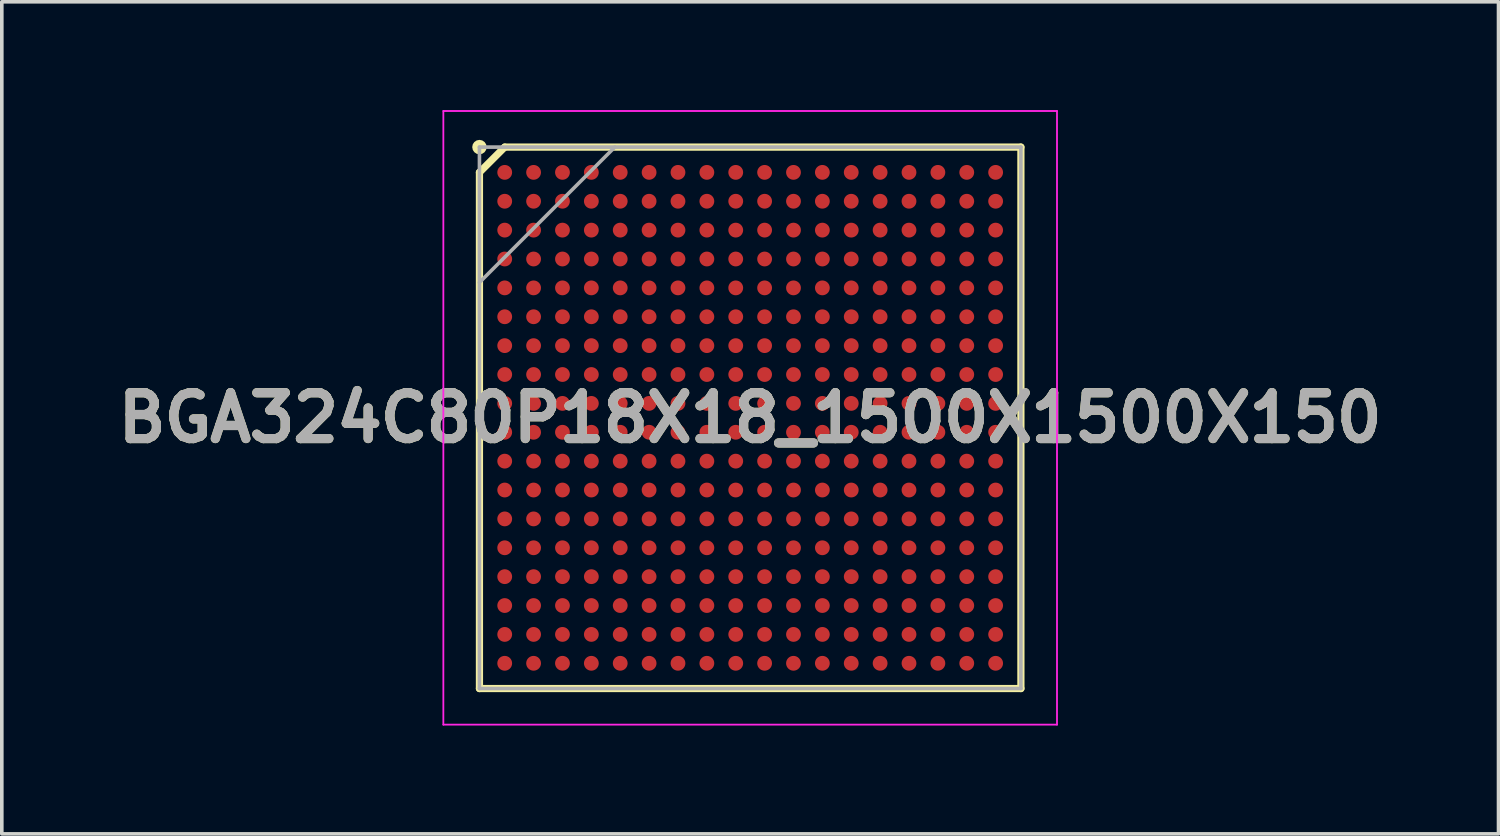
<source format=kicad_pcb>
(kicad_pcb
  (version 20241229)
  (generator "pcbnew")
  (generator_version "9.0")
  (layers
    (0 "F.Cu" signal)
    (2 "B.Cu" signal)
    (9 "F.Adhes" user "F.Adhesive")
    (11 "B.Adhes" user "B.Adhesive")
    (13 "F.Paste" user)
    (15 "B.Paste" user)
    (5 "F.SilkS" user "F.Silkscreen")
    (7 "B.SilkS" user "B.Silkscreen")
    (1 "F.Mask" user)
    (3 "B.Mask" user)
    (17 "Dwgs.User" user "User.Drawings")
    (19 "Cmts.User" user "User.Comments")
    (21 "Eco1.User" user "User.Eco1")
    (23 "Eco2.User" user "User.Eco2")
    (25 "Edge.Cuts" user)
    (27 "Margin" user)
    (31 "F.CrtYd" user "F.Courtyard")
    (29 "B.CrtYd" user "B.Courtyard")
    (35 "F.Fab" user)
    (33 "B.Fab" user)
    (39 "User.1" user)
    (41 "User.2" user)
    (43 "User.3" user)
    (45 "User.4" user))
  (footprint "BGA324C80P18X18_1500X1500X150"
    (layer "F.Cu")
    (at 17.732 8.525)
    (property "Reference" "BGA324C80P18X18_1500X1500X150" (at 0 0 0) (layer "F.SilkS") (effects (font (size 1.27 1.27) (thickness 0.254))))
    (attr smd)
    (fp_line (start -7.5 -6.8) (end -6.8 -7.5) (stroke (width 0.2) (type solid)) (layer "F.SilkS"))
    (fp_line (start -7.5 7.5) (end -7.5 -6.8) (stroke (width 0.2) (type solid)) (layer "F.SilkS"))
    (fp_line (start -6.8 -7.5) (end 7.5 -7.5) (stroke (width 0.2) (type solid)) (layer "F.SilkS"))
    (fp_line (start 7.5 -7.5) (end 7.5 7.5) (stroke (width 0.2) (type solid)) (layer "F.SilkS"))
    (fp_line (start 7.5 7.5) (end -7.5 7.5) (stroke (width 0.2) (type solid)) (layer "F.SilkS"))
    (fp_circle (center -7.5 -7.5) (end -7.5 -7.4) (stroke (width 0.2) (type solid)) (fill no) (layer "F.SilkS"))
    (fp_line (start -8.5 -8.5) (end 8.5 -8.5) (stroke (width 0.05) (type solid)) (layer "F.CrtYd"))
    (fp_line (start -8.5 8.5) (end -8.5 -8.5) (stroke (width 0.05) (type solid)) (layer "F.CrtYd"))
    (fp_line (start 8.5 -8.5) (end 8.5 8.5) (stroke (width 0.05) (type solid)) (layer "F.CrtYd"))
    (fp_line (start 8.5 8.5) (end -8.5 8.5) (stroke (width 0.05) (type solid)) (layer "F.CrtYd"))
    (fp_line (start -7.5 -7.5) (end 7.5 -7.5) (stroke (width 0.1) (type solid)) (layer "F.Fab"))
    (fp_line (start -7.5 -3.75) (end -3.75 -7.5) (stroke (width 0.1) (type solid)) (layer "F.Fab"))
    (fp_line (start -7.5 7.5) (end -7.5 -7.5) (stroke (width 0.1) (type solid)) (layer "F.Fab"))
    (fp_line (start 7.5 -7.5) (end 7.5 7.5) (stroke (width 0.1) (type solid)) (layer "F.Fab"))
    (fp_line (start 7.5 7.5) (end -7.5 7.5) (stroke (width 0.1) (type solid)) (layer "F.Fab"))
    (fp_text user "${REFERENCE}" (at 0 0 0) (layer "F.Fab") (effects (font (size 1.27 1.27) (thickness 0.254))))
    (pad "A1" smd circle (at -6.8 -6.8 90) (size 0.41 0.41) (layers "F.Cu" "F.Mask" "F.Paste"))
    (pad "A2" smd circle (at -6 -6.8 90) (size 0.41 0.41) (layers "F.Cu" "F.Mask" "F.Paste"))
    (pad "A3" smd circle (at -5.2 -6.8 90) (size 0.41 0.41) (layers "F.Cu" "F.Mask" "F.Paste"))
    (pad "A4" smd circle (at -4.4 -6.8 90) (size 0.41 0.41) (layers "F.Cu" "F.Mask" "F.Paste"))
    (pad "A5" smd circle (at -3.6 -6.8 90) (size 0.41 0.41) (layers "F.Cu" "F.Mask" "F.Paste"))
    (pad "A6" smd circle (at -2.8 -6.8 90) (size 0.41 0.41) (layers "F.Cu" "F.Mask" "F.Paste"))
    (pad "A7" smd circle (at -2 -6.8 90) (size 0.41 0.41) (layers "F.Cu" "F.Mask" "F.Paste"))
    (pad "A8" smd circle (at -1.2 -6.8 90) (size 0.41 0.41) (layers "F.Cu" "F.Mask" "F.Paste"))
    (pad "A9" smd circle (at -0.4 -6.8 90) (size 0.41 0.41) (layers "F.Cu" "F.Mask" "F.Paste"))
    (pad "A10" smd circle (at 0.4 -6.8 90) (size 0.41 0.41) (layers "F.Cu" "F.Mask" "F.Paste"))
    (pad "A11" smd circle (at 1.2 -6.8 90) (size 0.41 0.41) (layers "F.Cu" "F.Mask" "F.Paste"))
    (pad "A12" smd circle (at 2 -6.8 90) (size 0.41 0.41) (layers "F.Cu" "F.Mask" "F.Paste"))
    (pad "A13" smd circle (at 2.8 -6.8 90) (size 0.41 0.41) (layers "F.Cu" "F.Mask" "F.Paste"))
    (pad "A14" smd circle (at 3.6 -6.8 90) (size 0.41 0.41) (layers "F.Cu" "F.Mask" "F.Paste"))
    (pad "A15" smd circle (at 4.4 -6.8 90) (size 0.41 0.41) (layers "F.Cu" "F.Mask" "F.Paste"))
    (pad "A16" smd circle (at 5.2 -6.8 90) (size 0.41 0.41) (layers "F.Cu" "F.Mask" "F.Paste"))
    (pad "A17" smd circle (at 6 -6.8 90) (size 0.41 0.41) (layers "F.Cu" "F.Mask" "F.Paste"))
    (pad "A18" smd circle (at 6.8 -6.8 90) (size 0.41 0.41) (layers "F.Cu" "F.Mask" "F.Paste"))
    (pad "B1" smd circle (at -6.8 -6 90) (size 0.41 0.41) (layers "F.Cu" "F.Mask" "F.Paste"))
    (pad "B2" smd circle (at -6 -6 90) (size 0.41 0.41) (layers "F.Cu" "F.Mask" "F.Paste"))
    (pad "B3" smd circle (at -5.2 -6 90) (size 0.41 0.41) (layers "F.Cu" "F.Mask" "F.Paste"))
    (pad "B4" smd circle (at -4.4 -6 90) (size 0.41 0.41) (layers "F.Cu" "F.Mask" "F.Paste"))
    (pad "B5" smd circle (at -3.6 -6 90) (size 0.41 0.41) (layers "F.Cu" "F.Mask" "F.Paste"))
    (pad "B6" smd circle (at -2.8 -6 90) (size 0.41 0.41) (layers "F.Cu" "F.Mask" "F.Paste"))
    (pad "B7" smd circle (at -2 -6 90) (size 0.41 0.41) (layers "F.Cu" "F.Mask" "F.Paste"))
    (pad "B8" smd circle (at -1.2 -6 90) (size 0.41 0.41) (layers "F.Cu" "F.Mask" "F.Paste"))
    (pad "B9" smd circle (at -0.4 -6 90) (size 0.41 0.41) (layers "F.Cu" "F.Mask" "F.Paste"))
    (pad "B10" smd circle (at 0.4 -6 90) (size 0.41 0.41) (layers "F.Cu" "F.Mask" "F.Paste"))
    (pad "B11" smd circle (at 1.2 -6 90) (size 0.41 0.41) (layers "F.Cu" "F.Mask" "F.Paste"))
    (pad "B12" smd circle (at 2 -6 90) (size 0.41 0.41) (layers "F.Cu" "F.Mask" "F.Paste"))
    (pad "B13" smd circle (at 2.8 -6 90) (size 0.41 0.41) (layers "F.Cu" "F.Mask" "F.Paste"))
    (pad "B14" smd circle (at 3.6 -6 90) (size 0.41 0.41) (layers "F.Cu" "F.Mask" "F.Paste"))
    (pad "B15" smd circle (at 4.4 -6 90) (size 0.41 0.41) (layers "F.Cu" "F.Mask" "F.Paste"))
    (pad "B16" smd circle (at 5.2 -6 90) (size 0.41 0.41) (layers "F.Cu" "F.Mask" "F.Paste"))
    (pad "B17" smd circle (at 6 -6 90) (size 0.41 0.41) (layers "F.Cu" "F.Mask" "F.Paste"))
    (pad "B18" smd circle (at 6.8 -6 90) (size 0.41 0.41) (layers "F.Cu" "F.Mask" "F.Paste"))
    (pad "C1" smd circle (at -6.8 -5.2 90) (size 0.41 0.41) (layers "F.Cu" "F.Mask" "F.Paste"))
    (pad "C2" smd circle (at -6 -5.2 90) (size 0.41 0.41) (layers "F.Cu" "F.Mask" "F.Paste"))
    (pad "C3" smd circle (at -5.2 -5.2 90) (size 0.41 0.41) (layers "F.Cu" "F.Mask" "F.Paste"))
    (pad "C4" smd circle (at -4.4 -5.2 90) (size 0.41 0.41) (layers "F.Cu" "F.Mask" "F.Paste"))
    (pad "C5" smd circle (at -3.6 -5.2 90) (size 0.41 0.41) (layers "F.Cu" "F.Mask" "F.Paste"))
    (pad "C6" smd circle (at -2.8 -5.2 90) (size 0.41 0.41) (layers "F.Cu" "F.Mask" "F.Paste"))
    (pad "C7" smd circle (at -2 -5.2 90) (size 0.41 0.41) (layers "F.Cu" "F.Mask" "F.Paste"))
    (pad "C8" smd circle (at -1.2 -5.2 90) (size 0.41 0.41) (layers "F.Cu" "F.Mask" "F.Paste"))
    (pad "C9" smd circle (at -0.4 -5.2 90) (size 0.41 0.41) (layers "F.Cu" "F.Mask" "F.Paste"))
    (pad "C10" smd circle (at 0.4 -5.2 90) (size 0.41 0.41) (layers "F.Cu" "F.Mask" "F.Paste"))
    (pad "C11" smd circle (at 1.2 -5.2 90) (size 0.41 0.41) (layers "F.Cu" "F.Mask" "F.Paste"))
    (pad "C12" smd circle (at 2 -5.2 90) (size 0.41 0.41) (layers "F.Cu" "F.Mask" "F.Paste"))
    (pad "C13" smd circle (at 2.8 -5.2 90) (size 0.41 0.41) (layers "F.Cu" "F.Mask" "F.Paste"))
    (pad "C14" smd circle (at 3.6 -5.2 90) (size 0.41 0.41) (layers "F.Cu" "F.Mask" "F.Paste"))
    (pad "C15" smd circle (at 4.4 -5.2 90) (size 0.41 0.41) (layers "F.Cu" "F.Mask" "F.Paste"))
    (pad "C16" smd circle (at 5.2 -5.2 90) (size 0.41 0.41) (layers "F.Cu" "F.Mask" "F.Paste"))
    (pad "C17" smd circle (at 6 -5.2 90) (size 0.41 0.41) (layers "F.Cu" "F.Mask" "F.Paste"))
    (pad "C18" smd circle (at 6.8 -5.2 90) (size 0.41 0.41) (layers "F.Cu" "F.Mask" "F.Paste"))
    (pad "D1" smd circle (at -6.8 -4.4 90) (size 0.41 0.41) (layers "F.Cu" "F.Mask" "F.Paste"))
    (pad "D2" smd circle (at -6 -4.4 90) (size 0.41 0.41) (layers "F.Cu" "F.Mask" "F.Paste"))
    (pad "D3" smd circle (at -5.2 -4.4 90) (size 0.41 0.41) (layers "F.Cu" "F.Mask" "F.Paste"))
    (pad "D4" smd circle (at -4.4 -4.4 90) (size 0.41 0.41) (layers "F.Cu" "F.Mask" "F.Paste"))
    (pad "D5" smd circle (at -3.6 -4.4 90) (size 0.41 0.41) (layers "F.Cu" "F.Mask" "F.Paste"))
    (pad "D6" smd circle (at -2.8 -4.4 90) (size 0.41 0.41) (layers "F.Cu" "F.Mask" "F.Paste"))
    (pad "D7" smd circle (at -2 -4.4 90) (size 0.41 0.41) (layers "F.Cu" "F.Mask" "F.Paste"))
    (pad "D8" smd circle (at -1.2 -4.4 90) (size 0.41 0.41) (layers "F.Cu" "F.Mask" "F.Paste"))
    (pad "D9" smd circle (at -0.4 -4.4 90) (size 0.41 0.41) (layers "F.Cu" "F.Mask" "F.Paste"))
    (pad "D10" smd circle (at 0.4 -4.4 90) (size 0.41 0.41) (layers "F.Cu" "F.Mask" "F.Paste"))
    (pad "D11" smd circle (at 1.2 -4.4 90) (size 0.41 0.41) (layers "F.Cu" "F.Mask" "F.Paste"))
    (pad "D12" smd circle (at 2 -4.4 90) (size 0.41 0.41) (layers "F.Cu" "F.Mask" "F.Paste"))
    (pad "D13" smd circle (at 2.8 -4.4 90) (size 0.41 0.41) (layers "F.Cu" "F.Mask" "F.Paste"))
    (pad "D14" smd circle (at 3.6 -4.4 90) (size 0.41 0.41) (layers "F.Cu" "F.Mask" "F.Paste"))
    (pad "D15" smd circle (at 4.4 -4.4 90) (size 0.41 0.41) (layers "F.Cu" "F.Mask" "F.Paste"))
    (pad "D16" smd circle (at 5.2 -4.4 90) (size 0.41 0.41) (layers "F.Cu" "F.Mask" "F.Paste"))
    (pad "D17" smd circle (at 6 -4.4 90) (size 0.41 0.41) (layers "F.Cu" "F.Mask" "F.Paste"))
    (pad "D18" smd circle (at 6.8 -4.4 90) (size 0.41 0.41) (layers "F.Cu" "F.Mask" "F.Paste"))
    (pad "E1" smd circle (at -6.8 -3.6 90) (size 0.41 0.41) (layers "F.Cu" "F.Mask" "F.Paste"))
    (pad "E2" smd circle (at -6 -3.6 90) (size 0.41 0.41) (layers "F.Cu" "F.Mask" "F.Paste"))
    (pad "E3" smd circle (at -5.2 -3.6 90) (size 0.41 0.41) (layers "F.Cu" "F.Mask" "F.Paste"))
    (pad "E4" smd circle (at -4.4 -3.6 90) (size 0.41 0.41) (layers "F.Cu" "F.Mask" "F.Paste"))
    (pad "E5" smd circle (at -3.6 -3.6 90) (size 0.41 0.41) (layers "F.Cu" "F.Mask" "F.Paste"))
    (pad "E6" smd circle (at -2.8 -3.6 90) (size 0.41 0.41) (layers "F.Cu" "F.Mask" "F.Paste"))
    (pad "E7" smd circle (at -2 -3.6 90) (size 0.41 0.41) (layers "F.Cu" "F.Mask" "F.Paste"))
    (pad "E8" smd circle (at -1.2 -3.6 90) (size 0.41 0.41) (layers "F.Cu" "F.Mask" "F.Paste"))
    (pad "E9" smd circle (at -0.4 -3.6 90) (size 0.41 0.41) (layers "F.Cu" "F.Mask" "F.Paste"))
    (pad "E10" smd circle (at 0.4 -3.6 90) (size 0.41 0.41) (layers "F.Cu" "F.Mask" "F.Paste"))
    (pad "E11" smd circle (at 1.2 -3.6 90) (size 0.41 0.41) (layers "F.Cu" "F.Mask" "F.Paste"))
    (pad "E12" smd circle (at 2 -3.6 90) (size 0.41 0.41) (layers "F.Cu" "F.Mask" "F.Paste"))
    (pad "E13" smd circle (at 2.8 -3.6 90) (size 0.41 0.41) (layers "F.Cu" "F.Mask" "F.Paste"))
    (pad "E14" smd circle (at 3.6 -3.6 90) (size 0.41 0.41) (layers "F.Cu" "F.Mask" "F.Paste"))
    (pad "E15" smd circle (at 4.4 -3.6 90) (size 0.41 0.41) (layers "F.Cu" "F.Mask" "F.Paste"))
    (pad "E16" smd circle (at 5.2 -3.6 90) (size 0.41 0.41) (layers "F.Cu" "F.Mask" "F.Paste"))
    (pad "E17" smd circle (at 6 -3.6 90) (size 0.41 0.41) (layers "F.Cu" "F.Mask" "F.Paste"))
    (pad "E18" smd circle (at 6.8 -3.6 90) (size 0.41 0.41) (layers "F.Cu" "F.Mask" "F.Paste"))
    (pad "F1" smd circle (at -6.8 -2.8 90) (size 0.41 0.41) (layers "F.Cu" "F.Mask" "F.Paste"))
    (pad "F2" smd circle (at -6 -2.8 90) (size 0.41 0.41) (layers "F.Cu" "F.Mask" "F.Paste"))
    (pad "F3" smd circle (at -5.2 -2.8 90) (size 0.41 0.41) (layers "F.Cu" "F.Mask" "F.Paste"))
    (pad "F4" smd circle (at -4.4 -2.8 90) (size 0.41 0.41) (layers "F.Cu" "F.Mask" "F.Paste"))
    (pad "F5" smd circle (at -3.6 -2.8 90) (size 0.41 0.41) (layers "F.Cu" "F.Mask" "F.Paste"))
    (pad "F6" smd circle (at -2.8 -2.8 90) (size 0.41 0.41) (layers "F.Cu" "F.Mask" "F.Paste"))
    (pad "F7" smd circle (at -2 -2.8 90) (size 0.41 0.41) (layers "F.Cu" "F.Mask" "F.Paste"))
    (pad "F8" smd circle (at -1.2 -2.8 90) (size 0.41 0.41) (layers "F.Cu" "F.Mask" "F.Paste"))
    (pad "F9" smd circle (at -0.4 -2.8 90) (size 0.41 0.41) (layers "F.Cu" "F.Mask" "F.Paste"))
    (pad "F10" smd circle (at 0.4 -2.8 90) (size 0.41 0.41) (layers "F.Cu" "F.Mask" "F.Paste"))
    (pad "F11" smd circle (at 1.2 -2.8 90) (size 0.41 0.41) (layers "F.Cu" "F.Mask" "F.Paste"))
    (pad "F12" smd circle (at 2 -2.8 90) (size 0.41 0.41) (layers "F.Cu" "F.Mask" "F.Paste"))
    (pad "F13" smd circle (at 2.8 -2.8 90) (size 0.41 0.41) (layers "F.Cu" "F.Mask" "F.Paste"))
    (pad "F14" smd circle (at 3.6 -2.8 90) (size 0.41 0.41) (layers "F.Cu" "F.Mask" "F.Paste"))
    (pad "F15" smd circle (at 4.4 -2.8 90) (size 0.41 0.41) (layers "F.Cu" "F.Mask" "F.Paste"))
    (pad "F16" smd circle (at 5.2 -2.8 90) (size 0.41 0.41) (layers "F.Cu" "F.Mask" "F.Paste"))
    (pad "F17" smd circle (at 6 -2.8 90) (size 0.41 0.41) (layers "F.Cu" "F.Mask" "F.Paste"))
    (pad "F18" smd circle (at 6.8 -2.8 90) (size 0.41 0.41) (layers "F.Cu" "F.Mask" "F.Paste"))
    (pad "G1" smd circle (at -6.8 -2 90) (size 0.41 0.41) (layers "F.Cu" "F.Mask" "F.Paste"))
    (pad "G2" smd circle (at -6 -2 90) (size 0.41 0.41) (layers "F.Cu" "F.Mask" "F.Paste"))
    (pad "G3" smd circle (at -5.2 -2 90) (size 0.41 0.41) (layers "F.Cu" "F.Mask" "F.Paste"))
    (pad "G4" smd circle (at -4.4 -2 90) (size 0.41 0.41) (layers "F.Cu" "F.Mask" "F.Paste"))
    (pad "G5" smd circle (at -3.6 -2 90) (size 0.41 0.41) (layers "F.Cu" "F.Mask" "F.Paste"))
    (pad "G6" smd circle (at -2.8 -2 90) (size 0.41 0.41) (layers "F.Cu" "F.Mask" "F.Paste"))
    (pad "G7" smd circle (at -2 -2 90) (size 0.41 0.41) (layers "F.Cu" "F.Mask" "F.Paste"))
    (pad "G8" smd circle (at -1.2 -2 90) (size 0.41 0.41) (layers "F.Cu" "F.Mask" "F.Paste"))
    (pad "G9" smd circle (at -0.4 -2 90) (size 0.41 0.41) (layers "F.Cu" "F.Mask" "F.Paste"))
    (pad "G10" smd circle (at 0.4 -2 90) (size 0.41 0.41) (layers "F.Cu" "F.Mask" "F.Paste"))
    (pad "G11" smd circle (at 1.2 -2 90) (size 0.41 0.41) (layers "F.Cu" "F.Mask" "F.Paste"))
    (pad "G12" smd circle (at 2 -2 90) (size 0.41 0.41) (layers "F.Cu" "F.Mask" "F.Paste"))
    (pad "G13" smd circle (at 2.8 -2 90) (size 0.41 0.41) (layers "F.Cu" "F.Mask" "F.Paste"))
    (pad "G14" smd circle (at 3.6 -2 90) (size 0.41 0.41) (layers "F.Cu" "F.Mask" "F.Paste"))
    (pad "G15" smd circle (at 4.4 -2 90) (size 0.41 0.41) (layers "F.Cu" "F.Mask" "F.Paste"))
    (pad "G16" smd circle (at 5.2 -2 90) (size 0.41 0.41) (layers "F.Cu" "F.Mask" "F.Paste"))
    (pad "G17" smd circle (at 6 -2 90) (size 0.41 0.41) (layers "F.Cu" "F.Mask" "F.Paste"))
    (pad "G18" smd circle (at 6.8 -2 90) (size 0.41 0.41) (layers "F.Cu" "F.Mask" "F.Paste"))
    (pad "H1" smd circle (at -6.8 -1.2 90) (size 0.41 0.41) (layers "F.Cu" "F.Mask" "F.Paste"))
    (pad "H2" smd circle (at -6 -1.2 90) (size 0.41 0.41) (layers "F.Cu" "F.Mask" "F.Paste"))
    (pad "H3" smd circle (at -5.2 -1.2 90) (size 0.41 0.41) (layers "F.Cu" "F.Mask" "F.Paste"))
    (pad "H4" smd circle (at -4.4 -1.2 90) (size 0.41 0.41) (layers "F.Cu" "F.Mask" "F.Paste"))
    (pad "H5" smd circle (at -3.6 -1.2 90) (size 0.41 0.41) (layers "F.Cu" "F.Mask" "F.Paste"))
    (pad "H6" smd circle (at -2.8 -1.2 90) (size 0.41 0.41) (layers "F.Cu" "F.Mask" "F.Paste"))
    (pad "H7" smd circle (at -2 -1.2 90) (size 0.41 0.41) (layers "F.Cu" "F.Mask" "F.Paste"))
    (pad "H8" smd circle (at -1.2 -1.2 90) (size 0.41 0.41) (layers "F.Cu" "F.Mask" "F.Paste"))
    (pad "H9" smd circle (at -0.4 -1.2 90) (size 0.41 0.41) (layers "F.Cu" "F.Mask" "F.Paste"))
    (pad "H10" smd circle (at 0.4 -1.2 90) (size 0.41 0.41) (layers "F.Cu" "F.Mask" "F.Paste"))
    (pad "H11" smd circle (at 1.2 -1.2 90) (size 0.41 0.41) (layers "F.Cu" "F.Mask" "F.Paste"))
    (pad "H12" smd circle (at 2 -1.2 90) (size 0.41 0.41) (layers "F.Cu" "F.Mask" "F.Paste"))
    (pad "H13" smd circle (at 2.8 -1.2 90) (size 0.41 0.41) (layers "F.Cu" "F.Mask" "F.Paste"))
    (pad "H14" smd circle (at 3.6 -1.2 90) (size 0.41 0.41) (layers "F.Cu" "F.Mask" "F.Paste"))
    (pad "H15" smd circle (at 4.4 -1.2 90) (size 0.41 0.41) (layers "F.Cu" "F.Mask" "F.Paste"))
    (pad "H16" smd circle (at 5.2 -1.2 90) (size 0.41 0.41) (layers "F.Cu" "F.Mask" "F.Paste"))
    (pad "H17" smd circle (at 6 -1.2 90) (size 0.41 0.41) (layers "F.Cu" "F.Mask" "F.Paste"))
    (pad "H18" smd circle (at 6.8 -1.2 90) (size 0.41 0.41) (layers "F.Cu" "F.Mask" "F.Paste"))
    (pad "J1" smd circle (at -6.8 -0.4 90) (size 0.41 0.41) (layers "F.Cu" "F.Mask" "F.Paste"))
    (pad "J2" smd circle (at -6 -0.4 90) (size 0.41 0.41) (layers "F.Cu" "F.Mask" "F.Paste"))
    (pad "J3" smd circle (at -5.2 -0.4 90) (size 0.41 0.41) (layers "F.Cu" "F.Mask" "F.Paste"))
    (pad "J4" smd circle (at -4.4 -0.4 90) (size 0.41 0.41) (layers "F.Cu" "F.Mask" "F.Paste"))
    (pad "J5" smd circle (at -3.6 -0.4 90) (size 0.41 0.41) (layers "F.Cu" "F.Mask" "F.Paste"))
    (pad "J6" smd circle (at -2.8 -0.4 90) (size 0.41 0.41) (layers "F.Cu" "F.Mask" "F.Paste"))
    (pad "J7" smd circle (at -2 -0.4 90) (size 0.41 0.41) (layers "F.Cu" "F.Mask" "F.Paste"))
    (pad "J8" smd circle (at -1.2 -0.4 90) (size 0.41 0.41) (layers "F.Cu" "F.Mask" "F.Paste"))
    (pad "J9" smd circle (at -0.4 -0.4 90) (size 0.41 0.41) (layers "F.Cu" "F.Mask" "F.Paste"))
    (pad "J10" smd circle (at 0.4 -0.4 90) (size 0.41 0.41) (layers "F.Cu" "F.Mask" "F.Paste"))
    (pad "J11" smd circle (at 1.2 -0.4 90) (size 0.41 0.41) (layers "F.Cu" "F.Mask" "F.Paste"))
    (pad "J12" smd circle (at 2 -0.4 90) (size 0.41 0.41) (layers "F.Cu" "F.Mask" "F.Paste"))
    (pad "J13" smd circle (at 2.8 -0.4 90) (size 0.41 0.41) (layers "F.Cu" "F.Mask" "F.Paste"))
    (pad "J14" smd circle (at 3.6 -0.4 90) (size 0.41 0.41) (layers "F.Cu" "F.Mask" "F.Paste"))
    (pad "J15" smd circle (at 4.4 -0.4 90) (size 0.41 0.41) (layers "F.Cu" "F.Mask" "F.Paste"))
    (pad "J16" smd circle (at 5.2 -0.4 90) (size 0.41 0.41) (layers "F.Cu" "F.Mask" "F.Paste"))
    (pad "J17" smd circle (at 6 -0.4 90) (size 0.41 0.41) (layers "F.Cu" "F.Mask" "F.Paste"))
    (pad "J18" smd circle (at 6.8 -0.4 90) (size 0.41 0.41) (layers "F.Cu" "F.Mask" "F.Paste"))
    (pad "K1" smd circle (at -6.8 0.4 90) (size 0.41 0.41) (layers "F.Cu" "F.Mask" "F.Paste"))
    (pad "K2" smd circle (at -6 0.4 90) (size 0.41 0.41) (layers "F.Cu" "F.Mask" "F.Paste"))
    (pad "K3" smd circle (at -5.2 0.4 90) (size 0.41 0.41) (layers "F.Cu" "F.Mask" "F.Paste"))
    (pad "K4" smd circle (at -4.4 0.4 90) (size 0.41 0.41) (layers "F.Cu" "F.Mask" "F.Paste"))
    (pad "K5" smd circle (at -3.6 0.4 90) (size 0.41 0.41) (layers "F.Cu" "F.Mask" "F.Paste"))
    (pad "K6" smd circle (at -2.8 0.4 90) (size 0.41 0.41) (layers "F.Cu" "F.Mask" "F.Paste"))
    (pad "K7" smd circle (at -2 0.4 90) (size 0.41 0.41) (layers "F.Cu" "F.Mask" "F.Paste"))
    (pad "K8" smd circle (at -1.2 0.4 90) (size 0.41 0.41) (layers "F.Cu" "F.Mask" "F.Paste"))
    (pad "K9" smd circle (at -0.4 0.4 90) (size 0.41 0.41) (layers "F.Cu" "F.Mask" "F.Paste"))
    (pad "K10" smd circle (at 0.4 0.4 90) (size 0.41 0.41) (layers "F.Cu" "F.Mask" "F.Paste"))
    (pad "K11" smd circle (at 1.2 0.4 90) (size 0.41 0.41) (layers "F.Cu" "F.Mask" "F.Paste"))
    (pad "K12" smd circle (at 2 0.4 90) (size 0.41 0.41) (layers "F.Cu" "F.Mask" "F.Paste"))
    (pad "K13" smd circle (at 2.8 0.4 90) (size 0.41 0.41) (layers "F.Cu" "F.Mask" "F.Paste"))
    (pad "K14" smd circle (at 3.6 0.4 90) (size 0.41 0.41) (layers "F.Cu" "F.Mask" "F.Paste"))
    (pad "K15" smd circle (at 4.4 0.4 90) (size 0.41 0.41) (layers "F.Cu" "F.Mask" "F.Paste"))
    (pad "K16" smd circle (at 5.2 0.4 90) (size 0.41 0.41) (layers "F.Cu" "F.Mask" "F.Paste"))
    (pad "K17" smd circle (at 6 0.4 90) (size 0.41 0.41) (layers "F.Cu" "F.Mask" "F.Paste"))
    (pad "K18" smd circle (at 6.8 0.4 90) (size 0.41 0.41) (layers "F.Cu" "F.Mask" "F.Paste"))
    (pad "L1" smd circle (at -6.8 1.2 90) (size 0.41 0.41) (layers "F.Cu" "F.Mask" "F.Paste"))
    (pad "L2" smd circle (at -6 1.2 90) (size 0.41 0.41) (layers "F.Cu" "F.Mask" "F.Paste"))
    (pad "L3" smd circle (at -5.2 1.2 90) (size 0.41 0.41) (layers "F.Cu" "F.Mask" "F.Paste"))
    (pad "L4" smd circle (at -4.4 1.2 90) (size 0.41 0.41) (layers "F.Cu" "F.Mask" "F.Paste"))
    (pad "L5" smd circle (at -3.6 1.2 90) (size 0.41 0.41) (layers "F.Cu" "F.Mask" "F.Paste"))
    (pad "L6" smd circle (at -2.8 1.2 90) (size 0.41 0.41) (layers "F.Cu" "F.Mask" "F.Paste"))
    (pad "L7" smd circle (at -2 1.2 90) (size 0.41 0.41) (layers "F.Cu" "F.Mask" "F.Paste"))
    (pad "L8" smd circle (at -1.2 1.2 90) (size 0.41 0.41) (layers "F.Cu" "F.Mask" "F.Paste"))
    (pad "L9" smd circle (at -0.4 1.2 90) (size 0.41 0.41) (layers "F.Cu" "F.Mask" "F.Paste"))
    (pad "L10" smd circle (at 0.4 1.2 90) (size 0.41 0.41) (layers "F.Cu" "F.Mask" "F.Paste"))
    (pad "L11" smd circle (at 1.2 1.2 90) (size 0.41 0.41) (layers "F.Cu" "F.Mask" "F.Paste"))
    (pad "L12" smd circle (at 2 1.2 90) (size 0.41 0.41) (layers "F.Cu" "F.Mask" "F.Paste"))
    (pad "L13" smd circle (at 2.8 1.2 90) (size 0.41 0.41) (layers "F.Cu" "F.Mask" "F.Paste"))
    (pad "L14" smd circle (at 3.6 1.2 90) (size 0.41 0.41) (layers "F.Cu" "F.Mask" "F.Paste"))
    (pad "L15" smd circle (at 4.4 1.2 90) (size 0.41 0.41) (layers "F.Cu" "F.Mask" "F.Paste"))
    (pad "L16" smd circle (at 5.2 1.2 90) (size 0.41 0.41) (layers "F.Cu" "F.Mask" "F.Paste"))
    (pad "L17" smd circle (at 6 1.2 90) (size 0.41 0.41) (layers "F.Cu" "F.Mask" "F.Paste"))
    (pad "L18" smd circle (at 6.8 1.2 90) (size 0.41 0.41) (layers "F.Cu" "F.Mask" "F.Paste"))
    (pad "M1" smd circle (at -6.8 2 90) (size 0.41 0.41) (layers "F.Cu" "F.Mask" "F.Paste"))
    (pad "M2" smd circle (at -6 2 90) (size 0.41 0.41) (layers "F.Cu" "F.Mask" "F.Paste"))
    (pad "M3" smd circle (at -5.2 2 90) (size 0.41 0.41) (layers "F.Cu" "F.Mask" "F.Paste"))
    (pad "M4" smd circle (at -4.4 2 90) (size 0.41 0.41) (layers "F.Cu" "F.Mask" "F.Paste"))
    (pad "M5" smd circle (at -3.6 2 90) (size 0.41 0.41) (layers "F.Cu" "F.Mask" "F.Paste"))
    (pad "M6" smd circle (at -2.8 2 90) (size 0.41 0.41) (layers "F.Cu" "F.Mask" "F.Paste"))
    (pad "M7" smd circle (at -2 2 90) (size 0.41 0.41) (layers "F.Cu" "F.Mask" "F.Paste"))
    (pad "M8" smd circle (at -1.2 2 90) (size 0.41 0.41) (layers "F.Cu" "F.Mask" "F.Paste"))
    (pad "M9" smd circle (at -0.4 2 90) (size 0.41 0.41) (layers "F.Cu" "F.Mask" "F.Paste"))
    (pad "M10" smd circle (at 0.4 2 90) (size 0.41 0.41) (layers "F.Cu" "F.Mask" "F.Paste"))
    (pad "M11" smd circle (at 1.2 2 90) (size 0.41 0.41) (layers "F.Cu" "F.Mask" "F.Paste"))
    (pad "M12" smd circle (at 2 2 90) (size 0.41 0.41) (layers "F.Cu" "F.Mask" "F.Paste"))
    (pad "M13" smd circle (at 2.8 2 90) (size 0.41 0.41) (layers "F.Cu" "F.Mask" "F.Paste"))
    (pad "M14" smd circle (at 3.6 2 90) (size 0.41 0.41) (layers "F.Cu" "F.Mask" "F.Paste"))
    (pad "M15" smd circle (at 4.4 2 90) (size 0.41 0.41) (layers "F.Cu" "F.Mask" "F.Paste"))
    (pad "M16" smd circle (at 5.2 2 90) (size 0.41 0.41) (layers "F.Cu" "F.Mask" "F.Paste"))
    (pad "M17" smd circle (at 6 2 90) (size 0.41 0.41) (layers "F.Cu" "F.Mask" "F.Paste"))
    (pad "M18" smd circle (at 6.8 2 90) (size 0.41 0.41) (layers "F.Cu" "F.Mask" "F.Paste"))
    (pad "N1" smd circle (at -6.8 2.8 90) (size 0.41 0.41) (layers "F.Cu" "F.Mask" "F.Paste"))
    (pad "N2" smd circle (at -6 2.8 90) (size 0.41 0.41) (layers "F.Cu" "F.Mask" "F.Paste"))
    (pad "N3" smd circle (at -5.2 2.8 90) (size 0.41 0.41) (layers "F.Cu" "F.Mask" "F.Paste"))
    (pad "N4" smd circle (at -4.4 2.8 90) (size 0.41 0.41) (layers "F.Cu" "F.Mask" "F.Paste"))
    (pad "N5" smd circle (at -3.6 2.8 90) (size 0.41 0.41) (layers "F.Cu" "F.Mask" "F.Paste"))
    (pad "N6" smd circle (at -2.8 2.8 90) (size 0.41 0.41) (layers "F.Cu" "F.Mask" "F.Paste"))
    (pad "N7" smd circle (at -2 2.8 90) (size 0.41 0.41) (layers "F.Cu" "F.Mask" "F.Paste"))
    (pad "N8" smd circle (at -1.2 2.8 90) (size 0.41 0.41) (layers "F.Cu" "F.Mask" "F.Paste"))
    (pad "N9" smd circle (at -0.4 2.8 90) (size 0.41 0.41) (layers "F.Cu" "F.Mask" "F.Paste"))
    (pad "N10" smd circle (at 0.4 2.8 90) (size 0.41 0.41) (layers "F.Cu" "F.Mask" "F.Paste"))
    (pad "N11" smd circle (at 1.2 2.8 90) (size 0.41 0.41) (layers "F.Cu" "F.Mask" "F.Paste"))
    (pad "N12" smd circle (at 2 2.8 90) (size 0.41 0.41) (layers "F.Cu" "F.Mask" "F.Paste"))
    (pad "N13" smd circle (at 2.8 2.8 90) (size 0.41 0.41) (layers "F.Cu" "F.Mask" "F.Paste"))
    (pad "N14" smd circle (at 3.6 2.8 90) (size 0.41 0.41) (layers "F.Cu" "F.Mask" "F.Paste"))
    (pad "N15" smd circle (at 4.4 2.8 90) (size 0.41 0.41) (layers "F.Cu" "F.Mask" "F.Paste"))
    (pad "N16" smd circle (at 5.2 2.8 90) (size 0.41 0.41) (layers "F.Cu" "F.Mask" "F.Paste"))
    (pad "N17" smd circle (at 6 2.8 90) (size 0.41 0.41) (layers "F.Cu" "F.Mask" "F.Paste"))
    (pad "N18" smd circle (at 6.8 2.8 90) (size 0.41 0.41) (layers "F.Cu" "F.Mask" "F.Paste"))
    (pad "P1" smd circle (at -6.8 3.6 90) (size 0.41 0.41) (layers "F.Cu" "F.Mask" "F.Paste"))
    (pad "P2" smd circle (at -6 3.6 90) (size 0.41 0.41) (layers "F.Cu" "F.Mask" "F.Paste"))
    (pad "P3" smd circle (at -5.2 3.6 90) (size 0.41 0.41) (layers "F.Cu" "F.Mask" "F.Paste"))
    (pad "P4" smd circle (at -4.4 3.6 90) (size 0.41 0.41) (layers "F.Cu" "F.Mask" "F.Paste"))
    (pad "P5" smd circle (at -3.6 3.6 90) (size 0.41 0.41) (layers "F.Cu" "F.Mask" "F.Paste"))
    (pad "P6" smd circle (at -2.8 3.6 90) (size 0.41 0.41) (layers "F.Cu" "F.Mask" "F.Paste"))
    (pad "P7" smd circle (at -2 3.6 90) (size 0.41 0.41) (layers "F.Cu" "F.Mask" "F.Paste"))
    (pad "P8" smd circle (at -1.2 3.6 90) (size 0.41 0.41) (layers "F.Cu" "F.Mask" "F.Paste"))
    (pad "P9" smd circle (at -0.4 3.6 90) (size 0.41 0.41) (layers "F.Cu" "F.Mask" "F.Paste"))
    (pad "P10" smd circle (at 0.4 3.6 90) (size 0.41 0.41) (layers "F.Cu" "F.Mask" "F.Paste"))
    (pad "P11" smd circle (at 1.2 3.6 90) (size 0.41 0.41) (layers "F.Cu" "F.Mask" "F.Paste"))
    (pad "P12" smd circle (at 2 3.6 90) (size 0.41 0.41) (layers "F.Cu" "F.Mask" "F.Paste"))
    (pad "P13" smd circle (at 2.8 3.6 90) (size 0.41 0.41) (layers "F.Cu" "F.Mask" "F.Paste"))
    (pad "P14" smd circle (at 3.6 3.6 90) (size 0.41 0.41) (layers "F.Cu" "F.Mask" "F.Paste"))
    (pad "P15" smd circle (at 4.4 3.6 90) (size 0.41 0.41) (layers "F.Cu" "F.Mask" "F.Paste"))
    (pad "P16" smd circle (at 5.2 3.6 90) (size 0.41 0.41) (layers "F.Cu" "F.Mask" "F.Paste"))
    (pad "P17" smd circle (at 6 3.6 90) (size 0.41 0.41) (layers "F.Cu" "F.Mask" "F.Paste"))
    (pad "P18" smd circle (at 6.8 3.6 90) (size 0.41 0.41) (layers "F.Cu" "F.Mask" "F.Paste"))
    (pad "R1" smd circle (at -6.8 4.4 90) (size 0.41 0.41) (layers "F.Cu" "F.Mask" "F.Paste"))
    (pad "R2" smd circle (at -6 4.4 90) (size 0.41 0.41) (layers "F.Cu" "F.Mask" "F.Paste"))
    (pad "R3" smd circle (at -5.2 4.4 90) (size 0.41 0.41) (layers "F.Cu" "F.Mask" "F.Paste"))
    (pad "R4" smd circle (at -4.4 4.4 90) (size 0.41 0.41) (layers "F.Cu" "F.Mask" "F.Paste"))
    (pad "R5" smd circle (at -3.6 4.4 90) (size 0.41 0.41) (layers "F.Cu" "F.Mask" "F.Paste"))
    (pad "R6" smd circle (at -2.8 4.4 90) (size 0.41 0.41) (layers "F.Cu" "F.Mask" "F.Paste"))
    (pad "R7" smd circle (at -2 4.4 90) (size 0.41 0.41) (layers "F.Cu" "F.Mask" "F.Paste"))
    (pad "R8" smd circle (at -1.2 4.4 90) (size 0.41 0.41) (layers "F.Cu" "F.Mask" "F.Paste"))
    (pad "R9" smd circle (at -0.4 4.4 90) (size 0.41 0.41) (layers "F.Cu" "F.Mask" "F.Paste"))
    (pad "R10" smd circle (at 0.4 4.4 90) (size 0.41 0.41) (layers "F.Cu" "F.Mask" "F.Paste"))
    (pad "R11" smd circle (at 1.2 4.4 90) (size 0.41 0.41) (layers "F.Cu" "F.Mask" "F.Paste"))
    (pad "R12" smd circle (at 2 4.4 90) (size 0.41 0.41) (layers "F.Cu" "F.Mask" "F.Paste"))
    (pad "R13" smd circle (at 2.8 4.4 90) (size 0.41 0.41) (layers "F.Cu" "F.Mask" "F.Paste"))
    (pad "R14" smd circle (at 3.6 4.4 90) (size 0.41 0.41) (layers "F.Cu" "F.Mask" "F.Paste"))
    (pad "R15" smd circle (at 4.4 4.4 90) (size 0.41 0.41) (layers "F.Cu" "F.Mask" "F.Paste"))
    (pad "R16" smd circle (at 5.2 4.4 90) (size 0.41 0.41) (layers "F.Cu" "F.Mask" "F.Paste"))
    (pad "R17" smd circle (at 6 4.4 90) (size 0.41 0.41) (layers "F.Cu" "F.Mask" "F.Paste"))
    (pad "R18" smd circle (at 6.8 4.4 90) (size 0.41 0.41) (layers "F.Cu" "F.Mask" "F.Paste"))
    (pad "T1" smd circle (at -6.8 5.2 90) (size 0.41 0.41) (layers "F.Cu" "F.Mask" "F.Paste"))
    (pad "T2" smd circle (at -6 5.2 90) (size 0.41 0.41) (layers "F.Cu" "F.Mask" "F.Paste"))
    (pad "T3" smd circle (at -5.2 5.2 90) (size 0.41 0.41) (layers "F.Cu" "F.Mask" "F.Paste"))
    (pad "T4" smd circle (at -4.4 5.2 90) (size 0.41 0.41) (layers "F.Cu" "F.Mask" "F.Paste"))
    (pad "T5" smd circle (at -3.6 5.2 90) (size 0.41 0.41) (layers "F.Cu" "F.Mask" "F.Paste"))
    (pad "T6" smd circle (at -2.8 5.2 90) (size 0.41 0.41) (layers "F.Cu" "F.Mask" "F.Paste"))
    (pad "T7" smd circle (at -2 5.2 90) (size 0.41 0.41) (layers "F.Cu" "F.Mask" "F.Paste"))
    (pad "T8" smd circle (at -1.2 5.2 90) (size 0.41 0.41) (layers "F.Cu" "F.Mask" "F.Paste"))
    (pad "T9" smd circle (at -0.4 5.2 90) (size 0.41 0.41) (layers "F.Cu" "F.Mask" "F.Paste"))
    (pad "T10" smd circle (at 0.4 5.2 90) (size 0.41 0.41) (layers "F.Cu" "F.Mask" "F.Paste"))
    (pad "T11" smd circle (at 1.2 5.2 90) (size 0.41 0.41) (layers "F.Cu" "F.Mask" "F.Paste"))
    (pad "T12" smd circle (at 2 5.2 90) (size 0.41 0.41) (layers "F.Cu" "F.Mask" "F.Paste"))
    (pad "T13" smd circle (at 2.8 5.2 90) (size 0.41 0.41) (layers "F.Cu" "F.Mask" "F.Paste"))
    (pad "T14" smd circle (at 3.6 5.2 90) (size 0.41 0.41) (layers "F.Cu" "F.Mask" "F.Paste"))
    (pad "T15" smd circle (at 4.4 5.2 90) (size 0.41 0.41) (layers "F.Cu" "F.Mask" "F.Paste"))
    (pad "T16" smd circle (at 5.2 5.2 90) (size 0.41 0.41) (layers "F.Cu" "F.Mask" "F.Paste"))
    (pad "T17" smd circle (at 6 5.2 90) (size 0.41 0.41) (layers "F.Cu" "F.Mask" "F.Paste"))
    (pad "T18" smd circle (at 6.8 5.2 90) (size 0.41 0.41) (layers "F.Cu" "F.Mask" "F.Paste"))
    (pad "U1" smd circle (at -6.8 6 90) (size 0.41 0.41) (layers "F.Cu" "F.Mask" "F.Paste"))
    (pad "U2" smd circle (at -6 6 90) (size 0.41 0.41) (layers "F.Cu" "F.Mask" "F.Paste"))
    (pad "U3" smd circle (at -5.2 6 90) (size 0.41 0.41) (layers "F.Cu" "F.Mask" "F.Paste"))
    (pad "U4" smd circle (at -4.4 6 90) (size 0.41 0.41) (layers "F.Cu" "F.Mask" "F.Paste"))
    (pad "U5" smd circle (at -3.6 6 90) (size 0.41 0.41) (layers "F.Cu" "F.Mask" "F.Paste"))
    (pad "U6" smd circle (at -2.8 6 90) (size 0.41 0.41) (layers "F.Cu" "F.Mask" "F.Paste"))
    (pad "U7" smd circle (at -2 6 90) (size 0.41 0.41) (layers "F.Cu" "F.Mask" "F.Paste"))
    (pad "U8" smd circle (at -1.2 6 90) (size 0.41 0.41) (layers "F.Cu" "F.Mask" "F.Paste"))
    (pad "U9" smd circle (at -0.4 6 90) (size 0.41 0.41) (layers "F.Cu" "F.Mask" "F.Paste"))
    (pad "U10" smd circle (at 0.4 6 90) (size 0.41 0.41) (layers "F.Cu" "F.Mask" "F.Paste"))
    (pad "U11" smd circle (at 1.2 6 90) (size 0.41 0.41) (layers "F.Cu" "F.Mask" "F.Paste"))
    (pad "U12" smd circle (at 2 6 90) (size 0.41 0.41) (layers "F.Cu" "F.Mask" "F.Paste"))
    (pad "U13" smd circle (at 2.8 6 90) (size 0.41 0.41) (layers "F.Cu" "F.Mask" "F.Paste"))
    (pad "U14" smd circle (at 3.6 6 90) (size 0.41 0.41) (layers "F.Cu" "F.Mask" "F.Paste"))
    (pad "U15" smd circle (at 4.4 6 90) (size 0.41 0.41) (layers "F.Cu" "F.Mask" "F.Paste"))
    (pad "U16" smd circle (at 5.2 6 90) (size 0.41 0.41) (layers "F.Cu" "F.Mask" "F.Paste"))
    (pad "U17" smd circle (at 6 6 90) (size 0.41 0.41) (layers "F.Cu" "F.Mask" "F.Paste"))
    (pad "U18" smd circle (at 6.8 6 90) (size 0.41 0.41) (layers "F.Cu" "F.Mask" "F.Paste"))
    (pad "V1" smd circle (at -6.8 6.8 90) (size 0.41 0.41) (layers "F.Cu" "F.Mask" "F.Paste"))
    (pad "V2" smd circle (at -6 6.8 90) (size 0.41 0.41) (layers "F.Cu" "F.Mask" "F.Paste"))
    (pad "V3" smd circle (at -5.2 6.8 90) (size 0.41 0.41) (layers "F.Cu" "F.Mask" "F.Paste"))
    (pad "V4" smd circle (at -4.4 6.8 90) (size 0.41 0.41) (layers "F.Cu" "F.Mask" "F.Paste"))
    (pad "V5" smd circle (at -3.6 6.8 90) (size 0.41 0.41) (layers "F.Cu" "F.Mask" "F.Paste"))
    (pad "V6" smd circle (at -2.8 6.8 90) (size 0.41 0.41) (layers "F.Cu" "F.Mask" "F.Paste"))
    (pad "V7" smd circle (at -2 6.8 90) (size 0.41 0.41) (layers "F.Cu" "F.Mask" "F.Paste"))
    (pad "V8" smd circle (at -1.2 6.8 90) (size 0.41 0.41) (layers "F.Cu" "F.Mask" "F.Paste"))
    (pad "V9" smd circle (at -0.4 6.8 90) (size 0.41 0.41) (layers "F.Cu" "F.Mask" "F.Paste"))
    (pad "V10" smd circle (at 0.4 6.8 90) (size 0.41 0.41) (layers "F.Cu" "F.Mask" "F.Paste"))
    (pad "V11" smd circle (at 1.2 6.8 90) (size 0.41 0.41) (layers "F.Cu" "F.Mask" "F.Paste"))
    (pad "V12" smd circle (at 2 6.8 90) (size 0.41 0.41) (layers "F.Cu" "F.Mask" "F.Paste"))
    (pad "V13" smd circle (at 2.8 6.8 90) (size 0.41 0.41) (layers "F.Cu" "F.Mask" "F.Paste"))
    (pad "V14" smd circle (at 3.6 6.8 90) (size 0.41 0.41) (layers "F.Cu" "F.Mask" "F.Paste"))
    (pad "V15" smd circle (at 4.4 6.8 90) (size 0.41 0.41) (layers "F.Cu" "F.Mask" "F.Paste"))
    (pad "V16" smd circle (at 5.2 6.8 90) (size 0.41 0.41) (layers "F.Cu" "F.Mask" "F.Paste"))
    (pad "V17" smd circle (at 6 6.8 90) (size 0.41 0.41) (layers "F.Cu" "F.Mask" "F.Paste"))
    (pad "V18" smd circle (at 6.8 6.8 90) (size 0.41 0.41) (layers "F.Cu" "F.Mask" "F.Paste")))
  (gr_rect
    (start -3 -3)
    (end 38.463 20.05)
    (stroke (width 0.1) (type default))
    (fill no)
    (layer "Edge.Cuts")))
</source>
